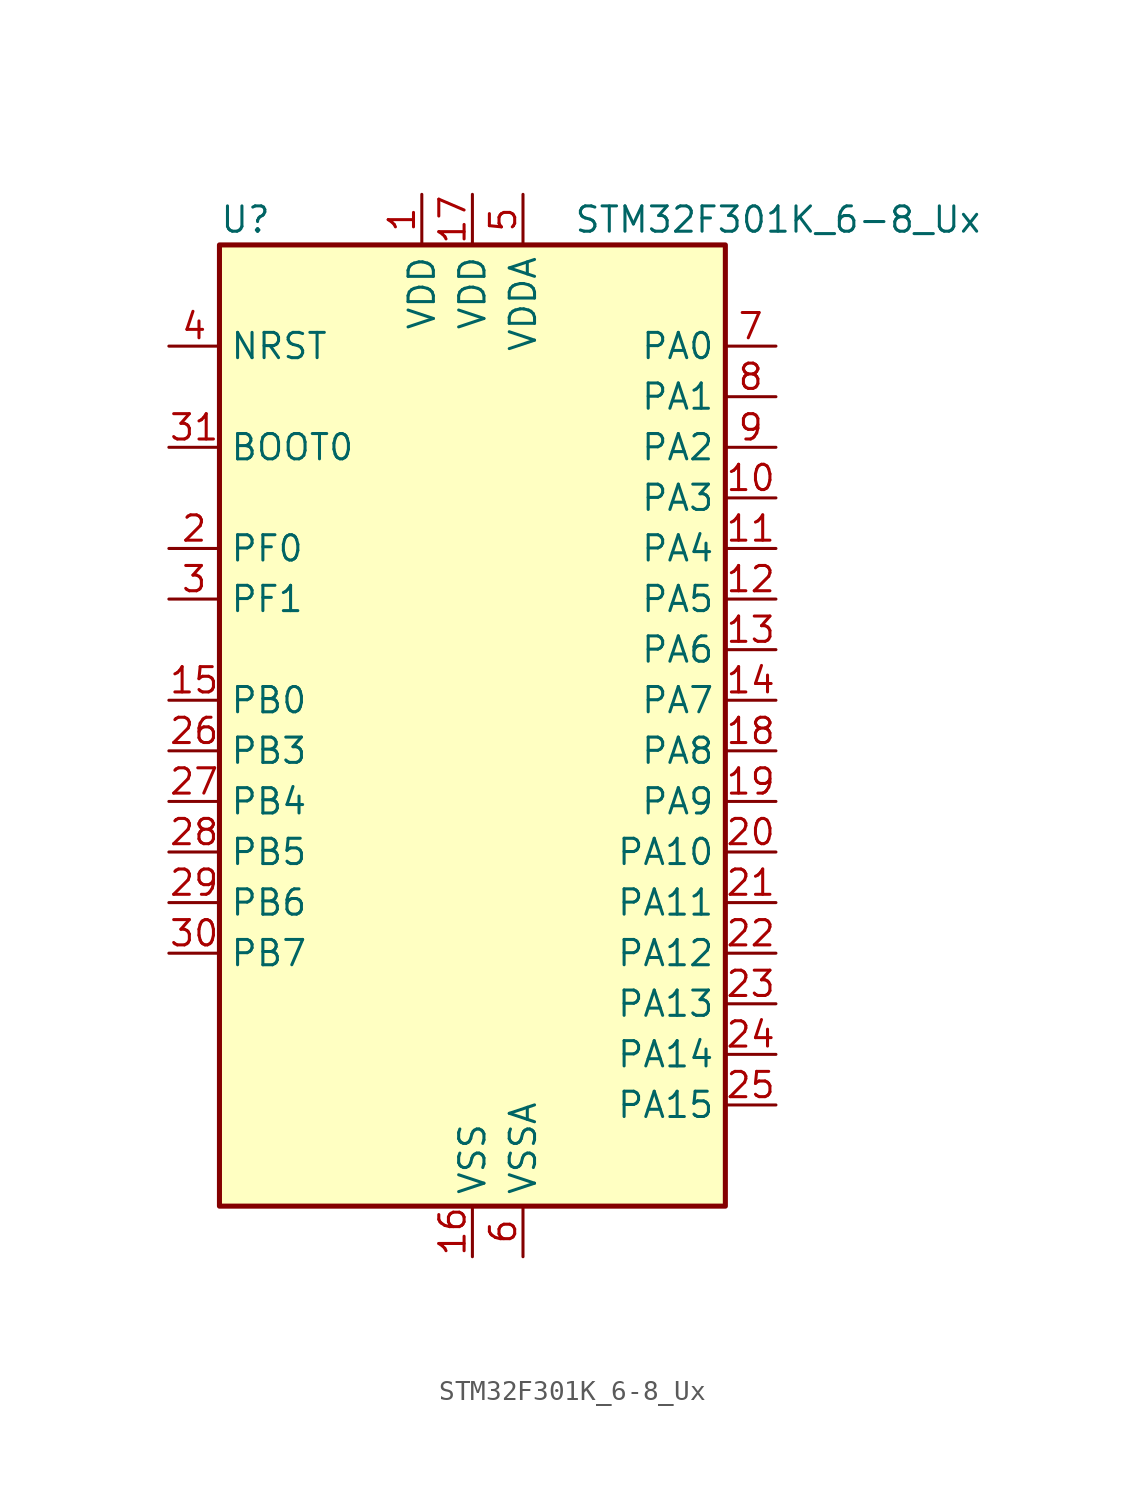
<source format=kicad_sym>
(kicad_symbol_lib
  (version 20241209)
  (generator "kicad_symbol_editor")
  (generator_version "9.0")
  (symbol "STM32F301K_6-8_Ux"
    (property "Reference" "U"
      (at -12.7 26.67 0)
      (effects (font (size 1.27 1.27)) (justify left)))
    (property "Value" "STM32F301K_6-8_Ux"
      (at 5.08 26.67 0)
      (effects (font (size 1.27 1.27)) (justify left)))
    (symbol "STM32F301K_6-8_Ux_0_1"
      (rectangle (start -12.7 -22.86) (end 12.7 25.4) (stroke (width 0.254) (type default)) (fill (type background))))
    (symbol "STM32F301K_6-8_Ux_1_1"
      (pin input line (at -15.24 20.32 0) (length 2.54) (name "NRST" (effects (font (size 1.27 1.27)))) (number "4" (effects (font (size 1.27 1.27)))))
      (pin input line (at -15.24 15.24 0) (length 2.54) (name "BOOT0" (effects (font (size 1.27 1.27)))) (number "31" (effects (font (size 1.27 1.27)))))
      (pin bidirectional line (at -15.24 10.16 0) (length 2.54) (name "PF0" (effects (font (size 1.27 1.27)))) (number "2" (effects (font (size 1.27 1.27)))) (alternate "I2C2_SDA" bidirectional line) (alternate "I2S2_WS" bidirectional line) (alternate "RCC_OSC_IN" bidirectional line) (alternate "SPI2_NSS" bidirectional line) (alternate "TIM1_CH3N" bidirectional line))
      (pin bidirectional line (at -15.24 7.62 0) (length 2.54) (name "PF1" (effects (font (size 1.27 1.27)))) (number "3" (effects (font (size 1.27 1.27)))) (alternate "I2C2_SCL" bidirectional line) (alternate "I2S2_CK" bidirectional line) (alternate "RCC_OSC_OUT" bidirectional line) (alternate "SPI2_SCK" bidirectional line))
      (pin bidirectional line (at -15.24 2.54 0) (length 2.54) (name "PB0" (effects (font (size 1.27 1.27)))) (number "15" (effects (font (size 1.27 1.27)))) (alternate "ADC1_IN11" bidirectional line) (alternate "COMP4_INP" bidirectional line) (alternate "OPAMP2_VINP" bidirectional line) (alternate "OPAMP2_VINP_SEC" bidirectional line) (alternate "TIM1_CH2N" bidirectional line) (alternate "TSC_G3_IO2" bidirectional line))
      (pin bidirectional line (at -15.24 0 0) (length 2.54) (name "PB3" (effects (font (size 1.27 1.27)))) (number "26" (effects (font (size 1.27 1.27)))) (alternate "I2S3_CK" bidirectional line) (alternate "SPI3_SCK" bidirectional line) (alternate "SYS_JTDO-TRACESWO" bidirectional line) (alternate "TIM2_CH2" bidirectional line) (alternate "TSC_G5_IO1" bidirectional line) (alternate "USART2_TX" bidirectional line))
      (pin bidirectional line (at -15.24 -2.54 0) (length 2.54) (name "PB4" (effects (font (size 1.27 1.27)))) (number "27" (effects (font (size 1.27 1.27)))) (alternate "I2S3_ext_SD" bidirectional line) (alternate "SPI3_MISO" bidirectional line) (alternate "SYS_NJTRST" bidirectional line) (alternate "TIM16_CH1" bidirectional line) (alternate "TIM17_BKIN" bidirectional line) (alternate "TSC_G5_IO2" bidirectional line) (alternate "USART2_RX" bidirectional line))
      (pin bidirectional line (at -15.24 -5.08 0) (length 2.54) (name "PB5" (effects (font (size 1.27 1.27)))) (number "28" (effects (font (size 1.27 1.27)))) (alternate "I2C1_SMBA" bidirectional line) (alternate "I2C3_SDA" bidirectional line) (alternate "I2S3_SD" bidirectional line) (alternate "SPI3_MOSI" bidirectional line) (alternate "TIM16_BKIN" bidirectional line) (alternate "TIM17_CH1" bidirectional line) (alternate "USART2_CK" bidirectional line))
      (pin bidirectional line (at -15.24 -7.62 0) (length 2.54) (name "PB6" (effects (font (size 1.27 1.27)))) (number "29" (effects (font (size 1.27 1.27)))) (alternate "I2C1_SCL" bidirectional line) (alternate "TIM16_CH1N" bidirectional line) (alternate "TSC_G5_IO3" bidirectional line) (alternate "USART1_TX" bidirectional line))
      (pin bidirectional line (at -15.24 -10.16 0) (length 2.54) (name "PB7" (effects (font (size 1.27 1.27)))) (number "30" (effects (font (size 1.27 1.27)))) (alternate "I2C1_SDA" bidirectional line) (alternate "TIM17_CH1N" bidirectional line) (alternate "TSC_G5_IO4" bidirectional line) (alternate "USART1_RX" bidirectional line))
      (pin power_in line (at -2.54 27.94 270) (length 2.54) (name "VDD" (effects (font (size 1.27 1.27)))) (number "1" (effects (font (size 1.27 1.27)))))
      (pin power_in line (at 0 27.94 270) (length 2.54) (name "VDD" (effects (font (size 1.27 1.27)))) (number "17" (effects (font (size 1.27 1.27)))))
      (pin power_in line (at 0 -25.4 90) (length 2.54) (name "VSS" (effects (font (size 1.27 1.27)))) (number "16" (effects (font (size 1.27 1.27)))))
      (pin passive line (at 0 -25.4 90) (length 2.54) (hide yes) (name "VSS" (effects (font (size 1.27 1.27)))) (number "32" (effects (font (size 1.27 1.27)))))
      (pin passive line (at 0 -25.4 90) (length 2.54) (hide yes) (name "VSS" (effects (font (size 1.27 1.27)))) (number "33" (effects (font (size 1.27 1.27)))))
      (pin power_in line (at 2.54 27.94 270) (length 2.54) (name "VDDA" (effects (font (size 1.27 1.27)))) (number "5" (effects (font (size 1.27 1.27)))))
      (pin power_in line (at 2.54 -25.4 90) (length 2.54) (name "VSSA" (effects (font (size 1.27 1.27)))) (number "6" (effects (font (size 1.27 1.27)))))
      (pin bidirectional line (at 15.24 20.32 180) (length 2.54) (name "PA0" (effects (font (size 1.27 1.27)))) (number "7" (effects (font (size 1.27 1.27)))) (alternate "ADC1_IN1" bidirectional line) (alternate "RTC_TAMP2" bidirectional line) (alternate "SYS_WKUP1" bidirectional line) (alternate "TIM2_CH1" bidirectional line) (alternate "TIM2_ETR" bidirectional line) (alternate "TSC_G1_IO1" bidirectional line) (alternate "USART2_CTS" bidirectional line))
      (pin bidirectional line (at 15.24 17.78 180) (length 2.54) (name "PA1" (effects (font (size 1.27 1.27)))) (number "8" (effects (font (size 1.27 1.27)))) (alternate "ADC1_IN2" bidirectional line) (alternate "RTC_REFIN" bidirectional line) (alternate "TIM15_CH1N" bidirectional line) (alternate "TIM2_CH2" bidirectional line) (alternate "TSC_G1_IO2" bidirectional line) (alternate "USART2_DE" bidirectional line) (alternate "USART2_RTS" bidirectional line))
      (pin bidirectional line (at 15.24 15.24 180) (length 2.54) (name "PA2" (effects (font (size 1.27 1.27)))) (number "9" (effects (font (size 1.27 1.27)))) (alternate "ADC1_IN3" bidirectional line) (alternate "COMP2_INM" bidirectional line) (alternate "COMP2_OUT" bidirectional line) (alternate "TIM15_CH1" bidirectional line) (alternate "TIM2_CH3" bidirectional line) (alternate "TSC_G1_IO3" bidirectional line) (alternate "USART2_TX" bidirectional line))
      (pin bidirectional line (at 15.24 12.7 180) (length 2.54) (name "PA3" (effects (font (size 1.27 1.27)))) (number "10" (effects (font (size 1.27 1.27)))) (alternate "ADC1_IN4" bidirectional line) (alternate "TIM15_CH2" bidirectional line) (alternate "TIM2_CH4" bidirectional line) (alternate "TSC_G1_IO4" bidirectional line) (alternate "USART2_RX" bidirectional line))
      (pin bidirectional line (at 15.24 10.16 180) (length 2.54) (name "PA4" (effects (font (size 1.27 1.27)))) (number "11" (effects (font (size 1.27 1.27)))) (alternate "ADC1_IN5" bidirectional line) (alternate "COMP2_INM" bidirectional line) (alternate "COMP4_INM" bidirectional line) (alternate "DAC_OUT1" bidirectional line) (alternate "I2S3_WS" bidirectional line) (alternate "SPI3_NSS" bidirectional line) (alternate "TSC_G2_IO1" bidirectional line) (alternate "USART2_CK" bidirectional line))
      (pin bidirectional line (at 15.24 7.62 180) (length 2.54) (name "PA5" (effects (font (size 1.27 1.27)))) (number "12" (effects (font (size 1.27 1.27)))) (alternate "OPAMP2_VINM" bidirectional line) (alternate "OPAMP2_VINM_SEC" bidirectional line) (alternate "TIM2_CH1" bidirectional line) (alternate "TIM2_ETR" bidirectional line) (alternate "TSC_G2_IO2" bidirectional line))
      (pin bidirectional line (at 15.24 5.08 180) (length 2.54) (name "PA6" (effects (font (size 1.27 1.27)))) (number "13" (effects (font (size 1.27 1.27)))) (alternate "ADC1_IN10" bidirectional line) (alternate "OPAMP2_VOUT" bidirectional line) (alternate "TIM16_CH1" bidirectional line) (alternate "TIM1_BKIN" bidirectional line) (alternate "TSC_G2_IO3" bidirectional line))
      (pin bidirectional line (at 15.24 2.54 180) (length 2.54) (name "PA7" (effects (font (size 1.27 1.27)))) (number "14" (effects (font (size 1.27 1.27)))) (alternate "ADC1_IN15" bidirectional line) (alternate "COMP2_INP" bidirectional line) (alternate "OPAMP2_VINP" bidirectional line) (alternate "OPAMP2_VINP_SEC" bidirectional line) (alternate "TIM17_CH1" bidirectional line) (alternate "TIM1_CH1N" bidirectional line) (alternate "TSC_G2_IO4" bidirectional line))
      (pin bidirectional line (at 15.24 0 180) (length 2.54) (name "PA8" (effects (font (size 1.27 1.27)))) (number "18" (effects (font (size 1.27 1.27)))) (alternate "I2C2_SMBA" bidirectional line) (alternate "I2C3_SCL" bidirectional line) (alternate "I2S2_MCK" bidirectional line) (alternate "RCC_MCO" bidirectional line) (alternate "TIM1_CH1" bidirectional line) (alternate "USART1_CK" bidirectional line))
      (pin bidirectional line (at 15.24 -2.54 180) (length 2.54) (name "PA9" (effects (font (size 1.27 1.27)))) (number "19" (effects (font (size 1.27 1.27)))) (alternate "DAC_EXTI9" bidirectional line) (alternate "I2C2_SCL" bidirectional line) (alternate "I2C3_SMBA" bidirectional line) (alternate "I2S3_MCK" bidirectional line) (alternate "TIM15_BKIN" bidirectional line) (alternate "TIM1_CH2" bidirectional line) (alternate "TIM2_CH3" bidirectional line) (alternate "TSC_G4_IO1" bidirectional line) (alternate "USART1_TX" bidirectional line))
      (pin bidirectional line (at 15.24 -5.08 180) (length 2.54) (name "PA10" (effects (font (size 1.27 1.27)))) (number "20" (effects (font (size 1.27 1.27)))) (alternate "I2C2_SDA" bidirectional line) (alternate "I2S2_ext_SD" bidirectional line) (alternate "SPI2_MISO" bidirectional line) (alternate "TIM17_BKIN" bidirectional line) (alternate "TIM1_CH3" bidirectional line) (alternate "TIM2_CH4" bidirectional line) (alternate "TSC_G4_IO2" bidirectional line) (alternate "USART1_RX" bidirectional line))
      (pin bidirectional line (at 15.24 -7.62 180) (length 2.54) (name "PA11" (effects (font (size 1.27 1.27)))) (number "21" (effects (font (size 1.27 1.27)))) (alternate "ADC1_EXTI11" bidirectional line) (alternate "I2S2_SD" bidirectional line) (alternate "SPI2_MOSI" bidirectional line) (alternate "TIM1_BKIN2" bidirectional line) (alternate "TIM1_CH1N" bidirectional line) (alternate "TIM1_CH4" bidirectional line) (alternate "USART1_CTS" bidirectional line))
      (pin bidirectional line (at 15.24 -10.16 180) (length 2.54) (name "PA12" (effects (font (size 1.27 1.27)))) (number "22" (effects (font (size 1.27 1.27)))) (alternate "COMP2_OUT" bidirectional line) (alternate "I2S_CKIN" bidirectional line) (alternate "TIM16_CH1" bidirectional line) (alternate "TIM1_CH2N" bidirectional line) (alternate "TIM1_ETR" bidirectional line) (alternate "USART1_DE" bidirectional line) (alternate "USART1_RTS" bidirectional line))
      (pin bidirectional line (at 15.24 -12.7 180) (length 2.54) (name "PA13" (effects (font (size 1.27 1.27)))) (number "23" (effects (font (size 1.27 1.27)))) (alternate "IR_OUT" bidirectional line) (alternate "SYS_JTMS-SWDIO" bidirectional line) (alternate "TIM16_CH1N" bidirectional line) (alternate "TSC_G4_IO3" bidirectional line))
      (pin bidirectional line (at 15.24 -15.24 180) (length 2.54) (name "PA14" (effects (font (size 1.27 1.27)))) (number "24" (effects (font (size 1.27 1.27)))) (alternate "I2C1_SDA" bidirectional line) (alternate "SYS_JTCK-SWCLK" bidirectional line) (alternate "TIM1_BKIN" bidirectional line) (alternate "TSC_G4_IO4" bidirectional line) (alternate "USART2_TX" bidirectional line))
      (pin bidirectional line (at 15.24 -17.78 180) (length 2.54) (name "PA15" (effects (font (size 1.27 1.27)))) (number "25" (effects (font (size 1.27 1.27)))) (alternate "ADC1_EXTI15" bidirectional line) (alternate "I2C1_SCL" bidirectional line) (alternate "I2S3_WS" bidirectional line) (alternate "SPI3_NSS" bidirectional line) (alternate "SYS_JTDI" bidirectional line) (alternate "TIM1_BKIN" bidirectional line) (alternate "TIM2_CH1" bidirectional line) (alternate "TIM2_ETR" bidirectional line) (alternate "TSC_SYNC" bidirectional line) (alternate "USART2_RX" bidirectional line)))))
</source>
